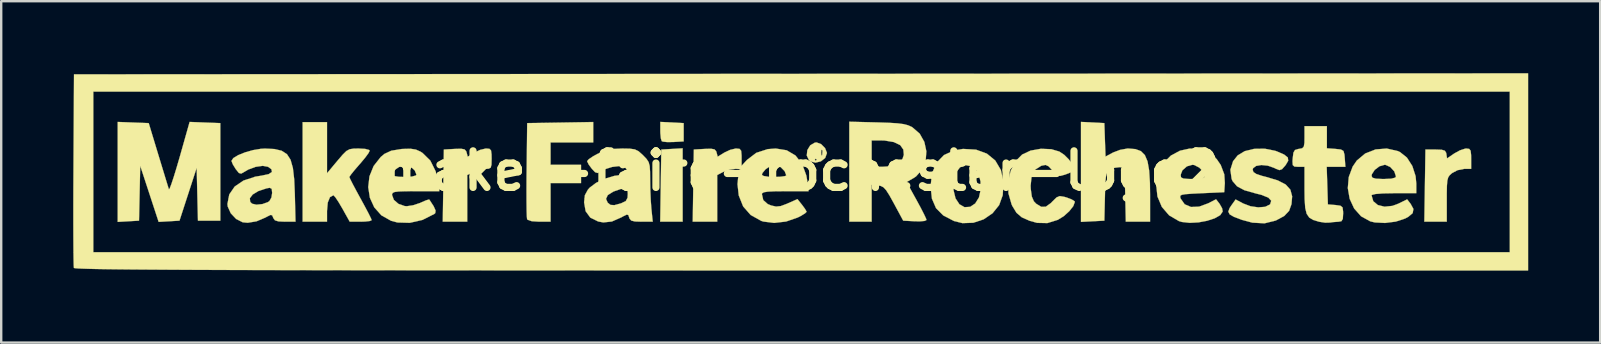
<source format=kicad_pcb>
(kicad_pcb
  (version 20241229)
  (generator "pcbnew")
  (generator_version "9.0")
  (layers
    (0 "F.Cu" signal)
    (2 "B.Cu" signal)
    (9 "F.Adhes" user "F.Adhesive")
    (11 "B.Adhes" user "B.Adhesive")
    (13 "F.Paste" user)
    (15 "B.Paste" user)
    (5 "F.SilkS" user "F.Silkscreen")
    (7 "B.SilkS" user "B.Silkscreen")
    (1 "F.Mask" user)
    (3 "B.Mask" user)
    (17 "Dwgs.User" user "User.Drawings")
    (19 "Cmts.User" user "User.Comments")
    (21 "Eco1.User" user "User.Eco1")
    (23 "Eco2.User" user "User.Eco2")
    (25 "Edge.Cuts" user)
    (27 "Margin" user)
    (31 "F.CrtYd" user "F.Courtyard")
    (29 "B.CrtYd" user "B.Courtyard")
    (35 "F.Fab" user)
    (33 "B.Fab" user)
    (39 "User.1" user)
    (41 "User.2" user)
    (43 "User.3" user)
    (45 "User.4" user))
  (footprint "maker-faire-rochester-logo2"
    (layer "F.Cu")
    (at 30.301 4.069)
    (property "Reference" "maker-faire-rochester-logo2" (at 0 0 0) (layer "F.SilkS") (effects (font (size 1.524 1.524) (thickness 0.3))))
    (attr through_hole)
    (fp_poly (pts (xy -4.911 2.117) (xy -5.846 2.117) (xy -5.823 0.614) (xy -5.8 -0.889) (xy -4.911 -0.94) (xy -4.911 2.117)) (stroke (width 0.01) (type solid)) (fill yes) (layer "F.SilkS"))
    (fp_poly (pts (xy -4.868 -1.99) (xy -4.868 -1.228) (xy -5.295 -1.203) (xy -5.551 -1.199) (xy -5.734 -1.219) (xy -5.782 -1.238) (xy -5.819 -1.353) (xy -5.84 -1.571) (xy -5.842 -1.669) (xy -5.842 -2.04) (xy -4.868 -1.99)) (stroke (width 0.01) (type solid)) (fill yes) (layer "F.SilkS"))
    (fp_poly (pts (xy -8.636 -1.185) (xy -10.414 -1.185) (xy -10.414 -0.254) (xy -9.144 -0.254) (xy -9.144 0.508) (xy -10.414 0.508) (xy -10.414 2.117) (xy -10.882 2.117) (xy -11.197 2.097) (xy -11.368 2.039) (xy -11.392 2.009) (xy -11.403 1.896) (xy -11.411 1.64) (xy -11.415 1.265) (xy -11.416 0.797) (xy -11.414 0.262) (xy -11.41 -0.044) (xy -11.388 -1.99) (xy -10.012 -2.013) (xy -8.636 -2.036) (xy -8.636 -1.185)) (stroke (width 0.01) (type solid)) (fill yes) (layer "F.SilkS"))
    (fp_poly (pts (xy -12.96 -0.919) (xy -12.894 -0.853) (xy -12.872 -0.69) (xy -12.869 -0.508) (xy -12.875 -0.257) (xy -12.909 -0.132) (xy -12.998 -0.089) (xy -13.128 -0.085) (xy -13.394 -0.044) (xy -13.636 0.045) (xy -13.885 0.174) (xy -13.885 2.117) (xy -14.905 2.117) (xy -14.882 0.614) (xy -14.859 -0.889) (xy -14.408 -0.915) (xy -14.141 -0.922) (xy -13.996 -0.895) (xy -13.929 -0.82) (xy -13.911 -0.766) (xy -13.865 -0.591) (xy -13.59 -0.761) (xy -13.346 -0.876) (xy -13.114 -0.931) (xy -13.092 -0.931) (xy -12.96 -0.919)) (stroke (width 0.01) (type solid)) (fill yes) (layer "F.SilkS"))
    (fp_poly (pts (xy -27.801 -2.014) (xy -27.155 -1.99) (xy -26.752 -0.661) (xy -26.614 -0.208) (xy -26.492 0.192) (xy -26.395 0.51) (xy -26.332 0.714) (xy -26.313 0.773) (xy -26.281 0.731) (xy -26.211 0.549) (xy -26.112 0.25) (xy -25.992 -0.142) (xy -25.864 -0.579) (xy -25.451 -2.039) (xy -24.812 -2.014) (xy -24.172 -1.99) (xy -24.172 2.074) (xy -25.104 2.074) (xy -25.131 0.974) (xy -25.157 -0.127) (xy -25.873 2.074) (xy -26.308 2.1) (xy -26.742 2.125) (xy -27.509 -0.212) (xy -27.534 0.931) (xy -27.559 2.074) (xy -28.448 2.126) (xy -28.448 -2.039) (xy -27.801 -2.014)) (stroke (width 0.01) (type solid)) (fill yes) (layer "F.SilkS"))
    (fp_poly (pts (xy 27.859 -0.916) (xy 27.918 -0.841) (xy 27.938 -0.662) (xy 27.94 -0.508) (xy 27.94 -0.085) (xy 27.655 -0.085) (xy 27.371 -0.028) (xy 27.147 0.091) (xy 27.049 0.175) (xy 26.985 0.268) (xy 26.948 0.405) (xy 26.93 0.621) (xy 26.924 0.951) (xy 26.924 1.191) (xy 26.924 2.117) (xy 25.989 2.117) (xy 26.012 0.614) (xy 26.035 -0.889) (xy 26.458 -0.889) (xy 26.714 -0.88) (xy 26.846 -0.839) (xy 26.9 -0.75) (xy 26.908 -0.705) (xy 26.934 -0.52) (xy 27.237 -0.726) (xy 27.474 -0.856) (xy 27.692 -0.927) (xy 27.74 -0.931) (xy 27.859 -0.916)) (stroke (width 0.01) (type solid)) (fill yes) (layer "F.SilkS"))
    (fp_poly (pts (xy 0.858 -1.115) (xy 1.023 -0.948) (xy 1.1 -0.754) (xy 1.101 -0.74) (xy 1.028 -0.538) (xy 0.849 -0.398) (xy 0.624 -0.342) (xy 0.412 -0.396) (xy 0.356 -0.44) (xy 0.343 -0.466) (xy 0.593 -0.466) (xy 0.635 -0.423) (xy 0.677 -0.466) (xy 0.635 -0.508) (xy 0.593 -0.466) (xy 0.343 -0.466) (xy 0.26 -0.639) (xy 0.273 -0.762) (xy 0.86 -0.762) (xy 0.873 -0.642) (xy 0.903 -0.656) (xy 0.914 -0.83) (xy 0.903 -0.868) (xy 0.872 -0.878) (xy 0.86 -0.762) (xy 0.273 -0.762) (xy 0.284 -0.866) (xy 0.405 -1.065) (xy 0.597 -1.177) (xy 0.67 -1.185) (xy 0.858 -1.115)) (stroke (width 0.01) (type solid)) (fill yes) (layer "F.SilkS"))
    (fp_poly (pts (xy 12.658 -1.99) (xy 12.682 -1.293) (xy 12.707 -0.596) (xy 13.02 -0.764) (xy 13.31 -0.875) (xy 13.615 -0.93) (xy 13.657 -0.931) (xy 13.955 -0.907) (xy 14.182 -0.822) (xy 14.347 -0.657) (xy 14.458 -0.394) (xy 14.525 -0.013) (xy 14.557 0.503) (xy 14.563 0.971) (xy 14.563 2.117) (xy 13.552 2.117) (xy 13.528 0.995) (xy 13.517 0.541) (xy 13.504 0.229) (xy 13.484 0.031) (xy 13.451 -0.08) (xy 13.399 -0.132) (xy 13.325 -0.152) (xy 13.309 -0.155) (xy 13.092 -0.13) (xy 12.909 -0.049) (xy 12.822 0.018) (xy 12.763 0.104) (xy 12.725 0.241) (xy 12.703 0.463) (xy 12.689 0.801) (xy 12.682 1.08) (xy 12.658 2.074) (xy 12.171 2.1) (xy 11.684 2.125) (xy 11.684 -2.04) (xy 12.658 -1.99)) (stroke (width 0.01) (type solid)) (fill yes) (layer "F.SilkS"))
    (fp_poly (pts (xy 7.313 -0.884) (xy 7.765 -0.718) (xy 8.114 -0.431) (xy 8.348 -0.035) (xy 8.455 0.455) (xy 8.425 1.012) (xy 8.275 1.426) (xy 7.999 1.767) (xy 7.63 2.018) (xy 7.202 2.161) (xy 6.748 2.177) (xy 6.392 2.089) (xy 5.946 1.856) (xy 5.645 1.553) (xy 5.474 1.157) (xy 5.435 0.799) (xy 6.374 0.799) (xy 6.458 1.146) (xy 6.619 1.39) (xy 6.832 1.512) (xy 7.069 1.498) (xy 7.277 1.359) (xy 7.434 1.107) (xy 7.506 0.784) (xy 7.499 0.44) (xy 7.416 0.125) (xy 7.261 -0.111) (xy 7.15 -0.187) (xy 6.874 -0.24) (xy 6.644 -0.146) (xy 6.474 0.075) (xy 6.38 0.405) (xy 6.374 0.799) (xy 5.435 0.799) (xy 5.419 0.648) (xy 5.419 0.636) (xy 5.482 0.09) (xy 5.67 -0.343) (xy 5.977 -0.659) (xy 6.4 -0.853) (xy 6.77 -0.915) (xy 7.313 -0.884)) (stroke (width 0.01) (type solid)) (fill yes) (layer "F.SilkS"))
    (fp_poly (pts (xy -19.727 0.099) (xy -19.297 -0.416) (xy -19.078 -0.672) (xy -18.922 -0.826) (xy -18.783 -0.902) (xy -18.613 -0.928) (xy -18.408 -0.931) (xy -18.133 -0.915) (xy -17.975 -0.872) (xy -17.949 -0.839) (xy -18.002 -0.735) (xy -18.142 -0.545) (xy -18.34 -0.308) (xy -18.373 -0.272) (xy -18.576 -0.037) (xy -18.726 0.149) (xy -18.795 0.251) (xy -18.796 0.257) (xy -18.757 0.349) (xy -18.652 0.556) (xy -18.497 0.847) (xy -18.331 1.151) (xy -18.146 1.491) (xy -17.995 1.776) (xy -17.897 1.975) (xy -17.866 2.053) (xy -17.942 2.088) (xy -18.138 2.111) (xy -18.323 2.117) (xy -18.781 2.117) (xy -19.089 1.566) (xy -19.245 1.301) (xy -19.375 1.106) (xy -19.455 1.018) (xy -19.461 1.016) (xy -19.604 1.095) (xy -19.696 1.319) (xy -19.727 1.668) (xy -19.727 2.117) (xy -20.743 2.117) (xy -20.743 -2.032) (xy -19.727 -2.032) (xy -19.727 0.099)) (stroke (width 0.01) (type solid)) (fill yes) (layer "F.SilkS"))
    (fp_poly (pts (xy 21.929 -0.941) (xy 22.288 -0.915) (xy 22.515 -0.89) (xy 22.622 -0.827) (xy 22.663 -0.673) (xy 22.674 -0.529) (xy 22.7 -0.169) (xy 21.922 -0.169) (xy 21.947 0.614) (xy 21.971 1.397) (xy 22.288 1.423) (xy 22.493 1.451) (xy 22.583 1.523) (xy 22.605 1.694) (xy 22.606 1.783) (xy 22.593 2.001) (xy 22.535 2.097) (xy 22.416 2.118) (xy 22.177 2.135) (xy 22.056 2.153) (xy 21.855 2.158) (xy 21.609 2.12) (xy 21.608 2.12) (xy 21.363 2.046) (xy 21.194 1.945) (xy 21.086 1.787) (xy 21.027 1.543) (xy 21.002 1.182) (xy 20.997 0.791) (xy 20.997 -0.169) (xy 20.738 -0.169) (xy 20.577 -0.179) (xy 20.507 -0.241) (xy 20.497 -0.402) (xy 20.506 -0.529) (xy 20.535 -0.759) (xy 20.6 -0.87) (xy 20.735 -0.912) (xy 20.765 -0.916) (xy 20.899 -0.942) (xy 20.968 -1.012) (xy 20.994 -1.17) (xy 20.997 -1.403) (xy 20.997 -1.863) (xy 21.929 -1.863) (xy 21.929 -0.941)) (stroke (width 0.01) (type solid)) (fill yes) (layer "F.SilkS"))
    (fp_poly (pts (xy 30.311 4.149) (xy 0.04 4.149) (xy -2.744 4.149) (xy -5.363 4.148) (xy -7.821 4.148) (xy -10.123 4.147) (xy -12.274 4.146) (xy -14.277 4.144) (xy -16.138 4.143) (xy -17.86 4.141) (xy -19.449 4.139) (xy -20.908 4.136) (xy -22.242 4.133) (xy -23.455 4.13) (xy -24.552 4.126) (xy -25.538 4.122) (xy -26.416 4.117) (xy -27.191 4.112) (xy -27.868 4.107) (xy -28.451 4.101) (xy -28.944 4.095) (xy -29.352 4.088) (xy -29.679 4.08) (xy -29.93 4.072) (xy -30.109 4.064) (xy -30.22 4.055) (xy -30.269 4.045) (xy -30.272 4.043) (xy -30.28 3.939) (xy -30.286 3.683) (xy -30.291 3.292) (xy -30.294 2.783) (xy -30.296 2.173) (xy -30.296 1.479) (xy -30.294 0.719) (xy -30.29 -0.042) (xy -30.272 -3.302) (xy -29.464 -3.302) (xy -29.464 3.387) (xy 29.549 3.387) (xy 29.549 -3.302) (xy -29.464 -3.302) (xy -30.272 -3.302) (xy -30.268 -4.022) (xy 30.311 -4.064) (xy 30.311 4.149)) (stroke (width 0.01) (type solid)) (fill yes) (layer "F.SilkS"))
    (fp_poly (pts (xy 3.196 -2.019) (xy 3.687 -2.003) (xy 4.042 -1.981) (xy 4.296 -1.948) (xy 4.481 -1.9) (xy 4.632 -1.832) (xy 4.657 -1.817) (xy 4.964 -1.553) (xy 5.159 -1.206) (xy 5.243 -0.816) (xy 5.214 -0.421) (xy 5.071 -0.059) (xy 4.814 0.23) (xy 4.705 0.302) (xy 4.419 0.466) (xy 4.834 1.217) (xy 5.009 1.54) (xy 5.147 1.81) (xy 5.232 1.992) (xy 5.249 2.047) (xy 5.173 2.085) (xy 4.975 2.103) (xy 4.764 2.1) (xy 4.278 2.074) (xy 3.89 1.355) (xy 3.703 1.018) (xy 3.566 0.803) (xy 3.453 0.682) (xy 3.339 0.626) (xy 3.233 0.608) (xy 2.963 0.582) (xy 2.963 2.117) (xy 2.032 2.117) (xy 2.032 -1.27) (xy 2.963 -1.27) (xy 2.963 -0.169) (xy 3.381 -0.169) (xy 3.676 -0.186) (xy 3.932 -0.227) (xy 4.009 -0.249) (xy 4.217 -0.409) (xy 4.304 -0.665) (xy 4.284 -0.887) (xy 4.154 -1.072) (xy 3.884 -1.201) (xy 3.499 -1.265) (xy 3.332 -1.27) (xy 2.963 -1.27) (xy 2.032 -1.27) (xy 2.032 -2.048) (xy 3.196 -2.019)) (stroke (width 0.01) (type solid)) (fill yes) (layer "F.SilkS"))
    (fp_poly (pts (xy 10.448 -0.903) (xy 10.782 -0.805) (xy 10.986 -0.669) (xy 11.177 -0.479) (xy 11.325 -0.276) (xy 11.398 -0.102) (xy 11.377 -0.005) (xy 11.252 0.065) (xy 11.043 0.148) (xy 11.013 0.158) (xy 10.822 0.21) (xy 10.692 0.182) (xy 10.555 0.052) (xy 10.494 -0.019) (xy 10.335 -0.19) (xy 10.208 -0.248) (xy 10.051 -0.218) (xy 10.024 -0.209) (xy 9.772 -0.049) (xy 9.628 0.223) (xy 9.587 0.62) (xy 9.593 0.755) (xy 9.636 1.069) (xy 9.722 1.268) (xy 9.818 1.369) (xy 10.032 1.498) (xy 10.22 1.492) (xy 10.426 1.344) (xy 10.503 1.265) (xy 10.667 1.105) (xy 10.8 1.05) (xy 10.981 1.079) (xy 11.087 1.109) (xy 11.298 1.19) (xy 11.419 1.268) (xy 11.43 1.291) (xy 11.364 1.469) (xy 11.194 1.683) (xy 10.964 1.889) (xy 10.719 2.04) (xy 10.284 2.175) (xy 9.857 2.166) (xy 9.545 2.08) (xy 9.217 1.934) (xy 8.997 1.746) (xy 8.824 1.462) (xy 8.794 1.397) (xy 8.662 0.938) (xy 8.652 0.455) (xy 8.756 -0.009) (xy 8.965 -0.41) (xy 9.234 -0.681) (xy 9.585 -0.845) (xy 10.014 -0.921) (xy 10.448 -0.903)) (stroke (width 0.01) (type solid)) (fill yes) (layer "F.SilkS"))
    (fp_poly (pts (xy 24.878 -0.827) (xy 24.977 -0.783) (xy 25.265 -0.552) (xy 25.489 -0.203) (xy 25.625 0.218) (xy 25.654 0.526) (xy 25.654 0.931) (xy 24.723 0.931) (xy 24.265 0.939) (xy 23.957 0.963) (xy 23.806 1.001) (xy 23.791 1.022) (xy 23.862 1.264) (xy 24.053 1.424) (xy 24.331 1.492) (xy 24.66 1.458) (xy 24.912 1.364) (xy 25.273 1.186) (xy 25.42 1.376) (xy 25.535 1.587) (xy 25.504 1.76) (xy 25.317 1.917) (xy 25.191 1.984) (xy 24.801 2.113) (xy 24.353 2.17) (xy 23.926 2.148) (xy 23.734 2.102) (xy 23.353 1.891) (xy 23.065 1.567) (xy 22.879 1.165) (xy 22.801 0.719) (xy 22.84 0.26) (xy 22.858 0.212) (xy 23.791 0.212) (xy 23.83 0.285) (xy 23.969 0.325) (xy 24.238 0.338) (xy 24.299 0.339) (xy 24.613 0.325) (xy 24.776 0.281) (xy 24.807 0.231) (xy 24.737 0.021) (xy 24.569 -0.162) (xy 24.366 -0.252) (xy 24.337 -0.254) (xy 24.121 -0.192) (xy 23.923 -0.043) (xy 23.803 0.142) (xy 23.791 0.212) (xy 22.858 0.212) (xy 23.002 -0.176) (xy 23.176 -0.431) (xy 23.526 -0.724) (xy 23.957 -0.893) (xy 24.422 -0.931) (xy 24.878 -0.827)) (stroke (width 0.01) (type solid)) (fill yes) (layer "F.SilkS"))
    (fp_poly (pts (xy 16.626 -0.905) (xy 17.01 -0.761) (xy 17.336 -0.495) (xy 17.507 -0.246) (xy 17.655 0.144) (xy 17.678 0.507) (xy 17.653 0.889) (xy 16.712 0.931) (xy 16.303 0.951) (xy 16.037 0.971) (xy 15.886 0.997) (xy 15.822 1.038) (xy 15.82 1.101) (xy 15.839 1.159) (xy 16.005 1.392) (xy 16.268 1.504) (xy 16.606 1.49) (xy 16.978 1.354) (xy 17.312 1.183) (xy 17.461 1.375) (xy 17.564 1.557) (xy 17.589 1.693) (xy 17.486 1.844) (xy 17.255 1.976) (xy 16.939 2.079) (xy 16.578 2.146) (xy 16.214 2.165) (xy 15.889 2.129) (xy 15.769 2.094) (xy 15.357 1.853) (xy 15.053 1.501) (xy 14.87 1.068) (xy 14.819 0.583) (xy 14.893 0.182) (xy 15.833 0.182) (xy 15.855 0.27) (xy 15.948 0.318) (xy 16.149 0.336) (xy 16.341 0.339) (xy 16.636 0.329) (xy 16.794 0.294) (xy 16.848 0.227) (xy 16.849 0.212) (xy 16.778 0.031) (xy 16.608 -0.139) (xy 16.402 -0.244) (xy 16.326 -0.254) (xy 16.099 -0.189) (xy 15.914 -0.029) (xy 15.833 0.172) (xy 15.833 0.182) (xy 14.893 0.182) (xy 14.913 0.076) (xy 15.125 -0.334) (xy 15.433 -0.64) (xy 15.807 -0.84) (xy 16.215 -0.93) (xy 16.626 -0.905)) (stroke (width 0.01) (type solid)) (fill yes) (layer "F.SilkS"))
    (fp_poly (pts (xy 19.775 -0.837) (xy 19.851 -0.81) (xy 20.151 -0.679) (xy 20.302 -0.558) (xy 20.318 -0.422) (xy 20.214 -0.246) (xy 20.197 -0.225) (xy 20.061 -0.07) (xy 19.952 -0.032) (xy 19.793 -0.093) (xy 19.734 -0.124) (xy 19.468 -0.217) (xy 19.202 -0.244) (xy 18.981 -0.206) (xy 18.853 -0.109) (xy 18.838 -0.048) (xy 18.871 0.05) (xy 18.99 0.13) (xy 19.229 0.209) (xy 19.398 0.252) (xy 19.883 0.397) (xy 20.214 0.569) (xy 20.409 0.785) (xy 20.482 1.06) (xy 20.455 1.386) (xy 20.355 1.665) (xy 20.154 1.878) (xy 19.819 2.059) (xy 19.79 2.071) (xy 19.331 2.185) (xy 18.823 2.157) (xy 18.388 2.04) (xy 18.06 1.917) (xy 17.878 1.811) (xy 17.822 1.698) (xy 17.874 1.553) (xy 17.943 1.448) (xy 18.127 1.19) (xy 18.439 1.357) (xy 18.746 1.473) (xy 19.07 1.52) (xy 19.358 1.497) (xy 19.553 1.402) (xy 19.566 1.388) (xy 19.61 1.243) (xy 19.489 1.114) (xy 19.202 0.999) (xy 18.952 0.936) (xy 18.495 0.807) (xy 18.186 0.642) (xy 18.001 0.428) (xy 17.961 0.337) (xy 17.908 -0.046) (xy 18.02 -0.402) (xy 18.212 -0.644) (xy 18.507 -0.822) (xy 18.9 -0.918) (xy 19.34 -0.924) (xy 19.775 -0.837)) (stroke (width 0.01) (type solid)) (fill yes) (layer "F.SilkS"))
    (fp_poly (pts (xy -16.025 -0.888) (xy -15.83 -0.8) (xy -15.748 -0.747) (xy -15.422 -0.427) (xy -15.2 0.02) (xy -15.102 0.45) (xy -15.048 0.847) (xy -16.033 0.847) (xy -16.455 0.849) (xy -16.737 0.858) (xy -16.905 0.879) (xy -16.989 0.916) (xy -17.016 0.974) (xy -17.018 1.003) (xy -16.942 1.208) (xy -16.748 1.376) (xy -16.489 1.466) (xy -16.4 1.472) (xy -16.143 1.433) (xy -15.857 1.339) (xy -15.808 1.317) (xy -15.606 1.229) (xy -15.481 1.192) (xy -15.465 1.195) (xy -15.284 1.473) (xy -15.204 1.651) (xy -15.217 1.758) (xy -15.252 1.792) (xy -15.749 2.043) (xy -16.278 2.164) (xy -16.793 2.15) (xy -17.06 2.079) (xy -17.465 1.85) (xy -17.759 1.519) (xy -17.942 1.119) (xy -18.01 0.678) (xy -17.959 0.228) (xy -17.935 0.169) (xy -17.018 0.169) (xy -16.941 0.214) (xy -16.739 0.245) (xy -16.51 0.254) (xy -16.19 0.238) (xy -16.024 0.191) (xy -16.002 0.155) (xy -16.074 -0.02) (xy -16.245 -0.175) (xy -16.451 -0.252) (xy -16.481 -0.254) (xy -16.672 -0.199) (xy -16.865 -0.067) (xy -16.996 0.091) (xy -17.018 0.169) (xy -17.935 0.169) (xy -17.786 -0.201) (xy -17.49 -0.578) (xy -17.335 -0.708) (xy -17.048 -0.841) (xy -16.628 -0.91) (xy -16.573 -0.914) (xy -16.249 -0.922) (xy -16.025 -0.888)) (stroke (width 0.01) (type solid)) (fill yes) (layer "F.SilkS"))
    (fp_poly (pts (xy -21.916 -0.91) (xy -21.617 -0.839) (xy -21.397 -0.697) (xy -21.246 -0.464) (xy -21.149 -0.121) (xy -21.094 0.352) (xy -21.068 0.953) (xy -21.04 2.117) (xy -21.478 2.117) (xy -21.749 2.105) (xy -21.896 2.06) (xy -21.965 1.966) (xy -21.969 1.953) (xy -22.013 1.85) (xy -22.083 1.836) (xy -22.234 1.911) (xy -22.293 1.944) (xy -22.662 2.101) (xy -23.03 2.162) (xy -23.241 2.142) (xy -23.514 2.003) (xy -23.738 1.765) (xy -23.864 1.485) (xy -23.876 1.377) (xy -23.83 1.141) (xy -22.943 1.141) (xy -22.927 1.291) (xy -22.847 1.368) (xy -22.668 1.409) (xy -22.422 1.384) (xy -22.195 1.304) (xy -22.127 1.259) (xy -22.043 1.11) (xy -22.013 0.919) (xy -22.03 0.749) (xy -22.114 0.705) (xy -22.246 0.728) (xy -22.585 0.84) (xy -22.823 0.984) (xy -22.943 1.141) (xy -23.83 1.141) (xy -23.799 0.981) (xy -23.574 0.654) (xy -23.211 0.405) (xy -22.72 0.242) (xy -22.446 0.197) (xy -22.158 0.136) (xy -22.022 0.045) (xy -22.043 -0.067) (xy -22.183 -0.17) (xy -22.404 -0.21) (xy -22.701 -0.168) (xy -23.008 -0.055) (xy -23.171 0.041) (xy -23.303 0.115) (xy -23.399 0.088) (xy -23.52 -0.061) (xy -23.531 -0.076) (xy -23.649 -0.267) (xy -23.706 -0.408) (xy -23.707 -0.419) (xy -23.63 -0.534) (xy -23.427 -0.656) (xy -23.14 -0.772) (xy -22.81 -0.865) (xy -22.479 -0.92) (xy -22.31 -0.929) (xy -21.916 -0.91)) (stroke (width 0.01) (type solid)) (fill yes) (layer "F.SilkS"))
    (fp_poly (pts (xy -7.109 -0.925) (xy -6.903 -0.895) (xy -6.751 -0.821) (xy -6.595 -0.684) (xy -6.553 -0.643) (xy -6.413 -0.496) (xy -6.328 -0.365) (xy -6.284 -0.205) (xy -6.268 0.034) (xy -6.265 0.36) (xy -6.258 0.778) (xy -6.24 1.211) (xy -6.214 1.57) (xy -6.211 1.596) (xy -6.157 2.117) (xy -6.624 2.117) (xy -6.901 2.108) (xy -7.052 2.07) (xy -7.122 1.991) (xy -7.137 1.946) (xy -7.174 1.839) (xy -7.239 1.821) (xy -7.383 1.89) (xy -7.464 1.936) (xy -7.86 2.11) (xy -8.217 2.148) (xy -8.431 2.108) (xy -8.759 1.946) (xy -8.953 1.68) (xy -9.017 1.309) (xy -9.001 1.167) (xy -8.104 1.167) (xy -8.034 1.323) (xy -7.917 1.417) (xy -7.756 1.428) (xy -7.501 1.359) (xy -7.463 1.346) (xy -7.279 1.256) (xy -7.206 1.118) (xy -7.197 0.96) (xy -7.209 0.766) (xy -7.266 0.701) (xy -7.387 0.72) (xy -7.791 0.86) (xy -8.029 1.008) (xy -8.104 1.167) (xy -9.001 1.167) (xy -8.984 1.013) (xy -8.859 0.784) (xy -8.779 0.694) (xy -8.513 0.496) (xy -8.148 0.325) (xy -7.754 0.207) (xy -7.441 0.169) (xy -7.25 0.122) (xy -7.196 0.009) (xy -7.292 -0.124) (xy -7.35 -0.161) (xy -7.557 -0.199) (xy -7.843 -0.165) (xy -8.139 -0.073) (xy -8.317 0.021) (xy -8.451 0.089) (xy -8.557 0.057) (xy -8.695 -0.089) (xy -8.826 -0.266) (xy -8.889 -0.396) (xy -8.89 -0.407) (xy -8.82 -0.488) (xy -8.639 -0.609) (xy -8.45 -0.712) (xy -8.127 -0.847) (xy -7.805 -0.914) (xy -7.426 -0.931) (xy -7.109 -0.925)) (stroke (width 0.01) (type solid)) (fill yes) (layer "F.SilkS"))
    (fp_poly (pts (xy -0.577 -0.858) (xy -0.209 -0.641) (xy 0.066 -0.29) (xy 0.241 0.189) (xy 0.286 0.445) (xy 0.335 0.847) (xy -0.637 0.847) (xy -1.068 0.851) (xy -1.356 0.864) (xy -1.524 0.891) (xy -1.599 0.933) (xy -1.609 0.967) (xy -1.552 1.217) (xy -1.365 1.383) (xy -1.224 1.441) (xy -1.02 1.487) (xy -0.825 1.467) (xy -0.565 1.37) (xy -0.533 1.355) (xy -0.127 1.176) (xy 0.063 1.414) (xy 0.189 1.585) (xy 0.252 1.698) (xy 0.254 1.707) (xy 0.184 1.773) (xy 0.008 1.879) (xy -0.117 1.943) (xy -0.6 2.11) (xy -1.098 2.168) (xy -1.551 2.111) (xy -1.639 2.082) (xy -2.077 1.838) (xy -2.39 1.482) (xy -2.574 1.022) (xy -2.625 0.556) (xy -2.601 0.3) (xy -2.565 0.169) (xy -1.609 0.169) (xy -1.532 0.214) (xy -1.33 0.245) (xy -1.101 0.254) (xy -0.833 0.244) (xy -0.649 0.218) (xy -0.593 0.188) (xy -0.662 0.011) (xy -0.826 -0.155) (xy -1.018 -0.249) (xy -1.063 -0.254) (xy -1.259 -0.199) (xy -1.455 -0.068) (xy -1.586 0.09) (xy -1.609 0.169) (xy -2.565 0.169) (xy -2.544 0.093) (xy -2.537 0.079) (xy -2.496 -0.034) (xy -2.566 -0.078) (xy -2.711 -0.085) (xy -2.98 -0.044) (xy -3.222 0.045) (xy -3.471 0.174) (xy -3.471 2.117) (xy -4.491 2.117) (xy -4.468 0.614) (xy -4.445 -0.889) (xy -3.994 -0.915) (xy -3.727 -0.922) (xy -3.582 -0.895) (xy -3.515 -0.82) (xy -3.497 -0.766) (xy -3.451 -0.591) (xy -3.176 -0.761) (xy -2.932 -0.876) (xy -2.7 -0.931) (xy -2.678 -0.931) (xy -2.538 -0.916) (xy -2.473 -0.838) (xy -2.456 -0.651) (xy -2.455 -0.572) (xy -2.455 -0.213) (xy -2.232 -0.455) (xy -1.846 -0.751) (xy -1.368 -0.906) (xy -1.031 -0.931) (xy -0.577 -0.858)) (stroke (width 0.01) (type solid)) (fill yes) (layer "F.SilkS")))
  (gr_rect
    (start -3 -3)
    (end 63.616 11.223)
    (stroke (width 0.1) (type default))
    (fill no)
    (layer "Edge.Cuts")))
</source>
